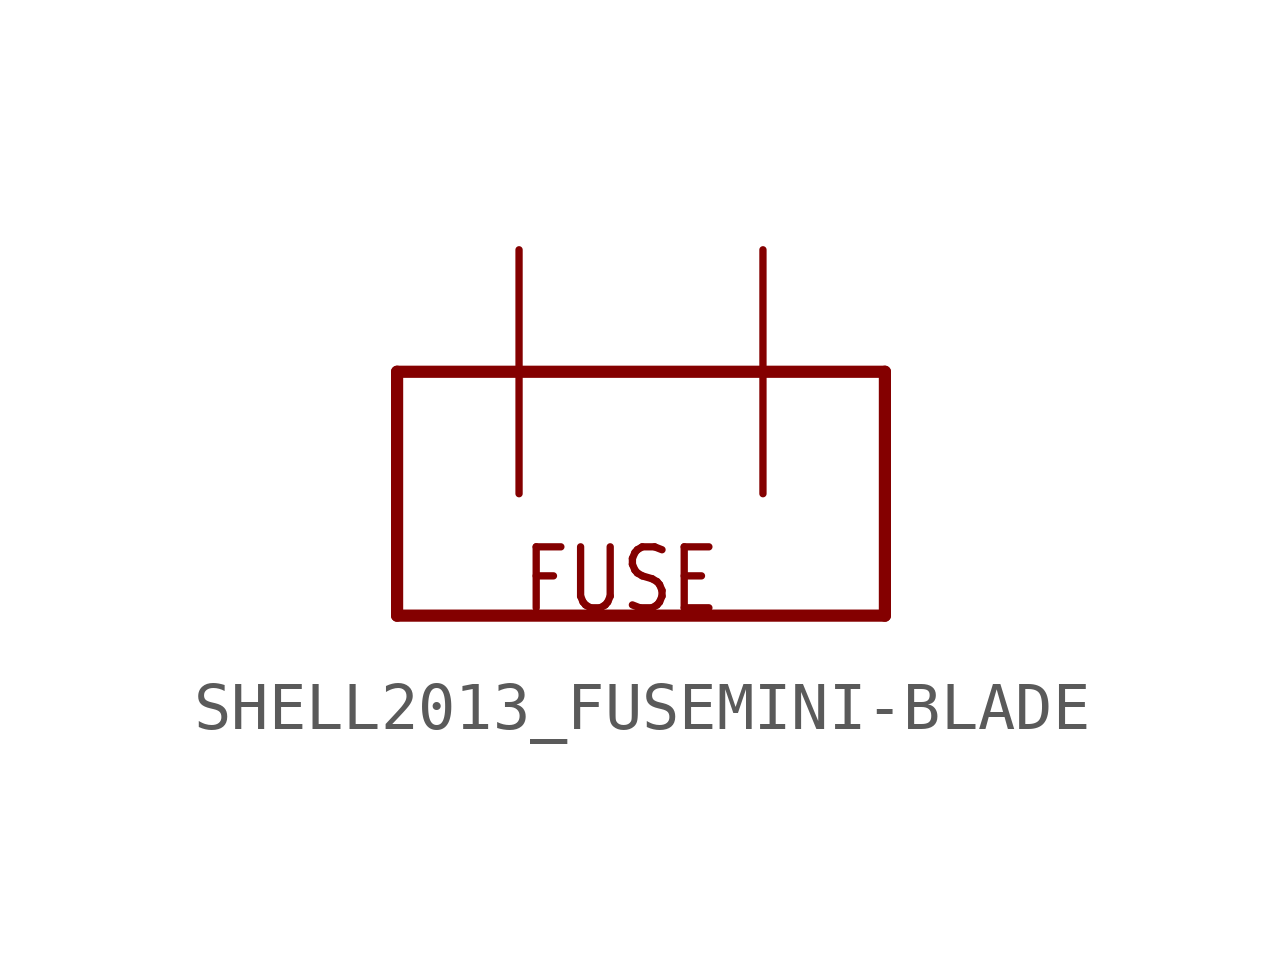
<source format=kicad_sym>
(kicad_symbol_lib
  (version 20220914)
  (generator kicad_symbol_editor)
  (symbol "SHELL2013_FUSEMINI-BLADE"
    (property "Reference" ""
      (at 0 0 0)
      (effects (font (size 1.27 1.27)) hide))
    (property "ki_locked" ""
      (at 0 0 0)
      (effects (font (size 1.27 1.27))))
    (symbol "SHELL2013_FUSEMINI-BLADE_1_0"
      (polyline (pts (xy -5.08 0) (xy -5.08 5.08)) (stroke (width 0.254) (type solid)) (fill (type none)))
      (polyline (pts (xy -5.08 5.08) (xy 5.08 5.08)) (stroke (width 0.254) (type solid)) (fill (type none)))
      (polyline (pts (xy 5.08 0) (xy -5.08 0)) (stroke (width 0.254) (type solid)) (fill (type none)))
      (polyline (pts (xy 5.08 5.08) (xy 5.08 0)) (stroke (width 0.254) (type solid)) (fill (type none)))
      (text "FUSE" (at -2.54 0 0) (effects (font (size 1.27 1.079)) (justify left bottom)))
      (pin bidirectional line (at -2.54 7.62 270) (length 5.08) (name "IN" (effects (font (size 0 0)))) (number "IN" (effects (font (size 0 0)))))
      (pin bidirectional line (at 2.54 7.62 270) (length 5.08) (name "OUT" (effects (font (size 0 0)))) (number "OUT" (effects (font (size 0 0))))))))
</source>
